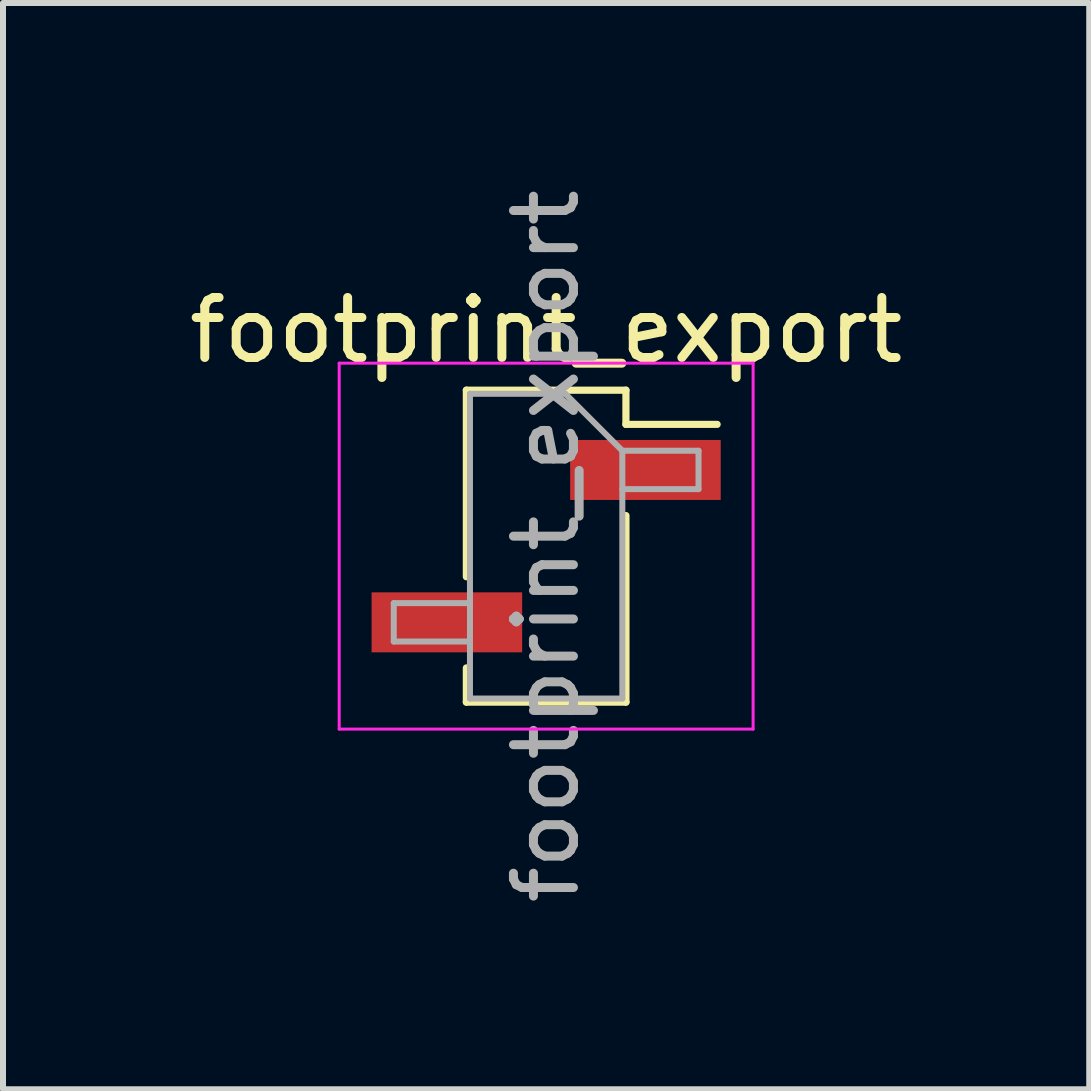
<source format=kicad_pcb>
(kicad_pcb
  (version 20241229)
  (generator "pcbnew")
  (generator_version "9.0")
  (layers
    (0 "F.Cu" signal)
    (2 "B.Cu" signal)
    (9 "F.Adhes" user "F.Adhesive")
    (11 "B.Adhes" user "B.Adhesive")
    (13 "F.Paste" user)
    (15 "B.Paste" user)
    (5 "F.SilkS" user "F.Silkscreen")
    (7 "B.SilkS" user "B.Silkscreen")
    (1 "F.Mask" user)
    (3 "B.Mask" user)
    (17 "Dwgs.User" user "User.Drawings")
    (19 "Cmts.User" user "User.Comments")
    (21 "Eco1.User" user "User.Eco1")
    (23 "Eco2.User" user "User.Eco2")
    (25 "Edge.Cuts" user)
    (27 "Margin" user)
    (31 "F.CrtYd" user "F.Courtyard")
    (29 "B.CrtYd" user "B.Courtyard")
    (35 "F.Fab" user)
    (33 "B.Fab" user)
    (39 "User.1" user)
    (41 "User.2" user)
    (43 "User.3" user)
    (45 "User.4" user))
  (footprint "footprint_export"
    (layer "F.Cu")
    (at 6.054 6.054)
    (property "Reference" "footprint_export" (at 0 -3.6 0) (layer "F.SilkS") (effects (font (size 1 1) (thickness 0.15))))
    (attr smd)
    (fp_line (start -1.33 -2.6) (end -1.33 0.51) (stroke (width 0.12) (type solid)) (layer "F.SilkS"))
    (fp_line (start -1.33 -2.6) (end 1.33 -2.6) (stroke (width 0.12) (type solid)) (layer "F.SilkS"))
    (fp_line (start -1.33 2.03) (end -1.33 2.6) (stroke (width 0.12) (type solid)) (layer "F.SilkS"))
    (fp_line (start -1.33 2.6) (end 1.33 2.6) (stroke (width 0.12) (type solid)) (layer "F.SilkS"))
    (fp_line (start 1.33 -2.6) (end 1.33 -2.03) (stroke (width 0.12) (type solid)) (layer "F.SilkS"))
    (fp_line (start 1.33 -2.03) (end 2.85 -2.03) (stroke (width 0.12) (type solid)) (layer "F.SilkS"))
    (fp_line (start 1.33 -0.51) (end 1.33 2.6) (stroke (width 0.12) (type solid)) (layer "F.SilkS"))
    (fp_line (start -3.45 -3.05) (end -3.45 3.05) (stroke (width 0.05) (type solid)) (layer "F.CrtYd"))
    (fp_line (start -3.45 3.05) (end 3.45 3.05) (stroke (width 0.05) (type solid)) (layer "F.CrtYd"))
    (fp_line (start 3.45 -3.05) (end -3.45 -3.05) (stroke (width 0.05) (type solid)) (layer "F.CrtYd"))
    (fp_line (start 3.45 3.05) (end 3.45 -3.05) (stroke (width 0.05) (type solid)) (layer "F.CrtYd"))
    (fp_line (start -2.54 0.95) (end -2.54 1.59) (stroke (width 0.1) (type solid)) (layer "F.Fab"))
    (fp_line (start -2.54 1.59) (end -1.27 1.59) (stroke (width 0.1) (type solid)) (layer "F.Fab"))
    (fp_line (start -1.27 -2.54) (end -1.27 2.54) (stroke (width 0.1) (type solid)) (layer "F.Fab"))
    (fp_line (start -1.27 -2.54) (end 0.32 -2.54) (stroke (width 0.1) (type solid)) (layer "F.Fab"))
    (fp_line (start -1.27 0.95) (end -2.54 0.95) (stroke (width 0.1) (type solid)) (layer "F.Fab"))
    (fp_line (start 1.27 -1.59) (end 0.32 -2.54) (stroke (width 0.1) (type solid)) (layer "F.Fab"))
    (fp_line (start 1.27 -1.59) (end 2.54 -1.59) (stroke (width 0.1) (type solid)) (layer "F.Fab"))
    (fp_line (start 1.27 2.54) (end -1.27 2.54) (stroke (width 0.1) (type solid)) (layer "F.Fab"))
    (fp_line (start 1.27 2.54) (end 1.27 -1.59) (stroke (width 0.1) (type solid)) (layer "F.Fab"))
    (fp_line (start 2.54 -1.59) (end 2.54 -0.95) (stroke (width 0.1) (type solid)) (layer "F.Fab"))
    (fp_line (start 2.54 -0.95) (end 1.27 -0.95) (stroke (width 0.1) (type solid)) (layer "F.Fab"))
    (fp_text user "${REFERENCE}" (at 0 0 90) (layer "F.Fab") (effects (font (size 1 1) (thickness 0.15))))
    (pad "1" smd rect (at 1.655 -1.27) (size 2.51 1) (layers "F.Cu" "F.Mask" "F.Paste"))
    (pad "2" smd rect (at -1.655 1.27) (size 2.51 1) (layers "F.Cu" "F.Mask" "F.Paste")))
  (gr_rect
    (start -3 -3)
    (end 15.107 15.107)
    (stroke (width 0.1) (type default))
    (fill no)
    (layer "Edge.Cuts")))
</source>
